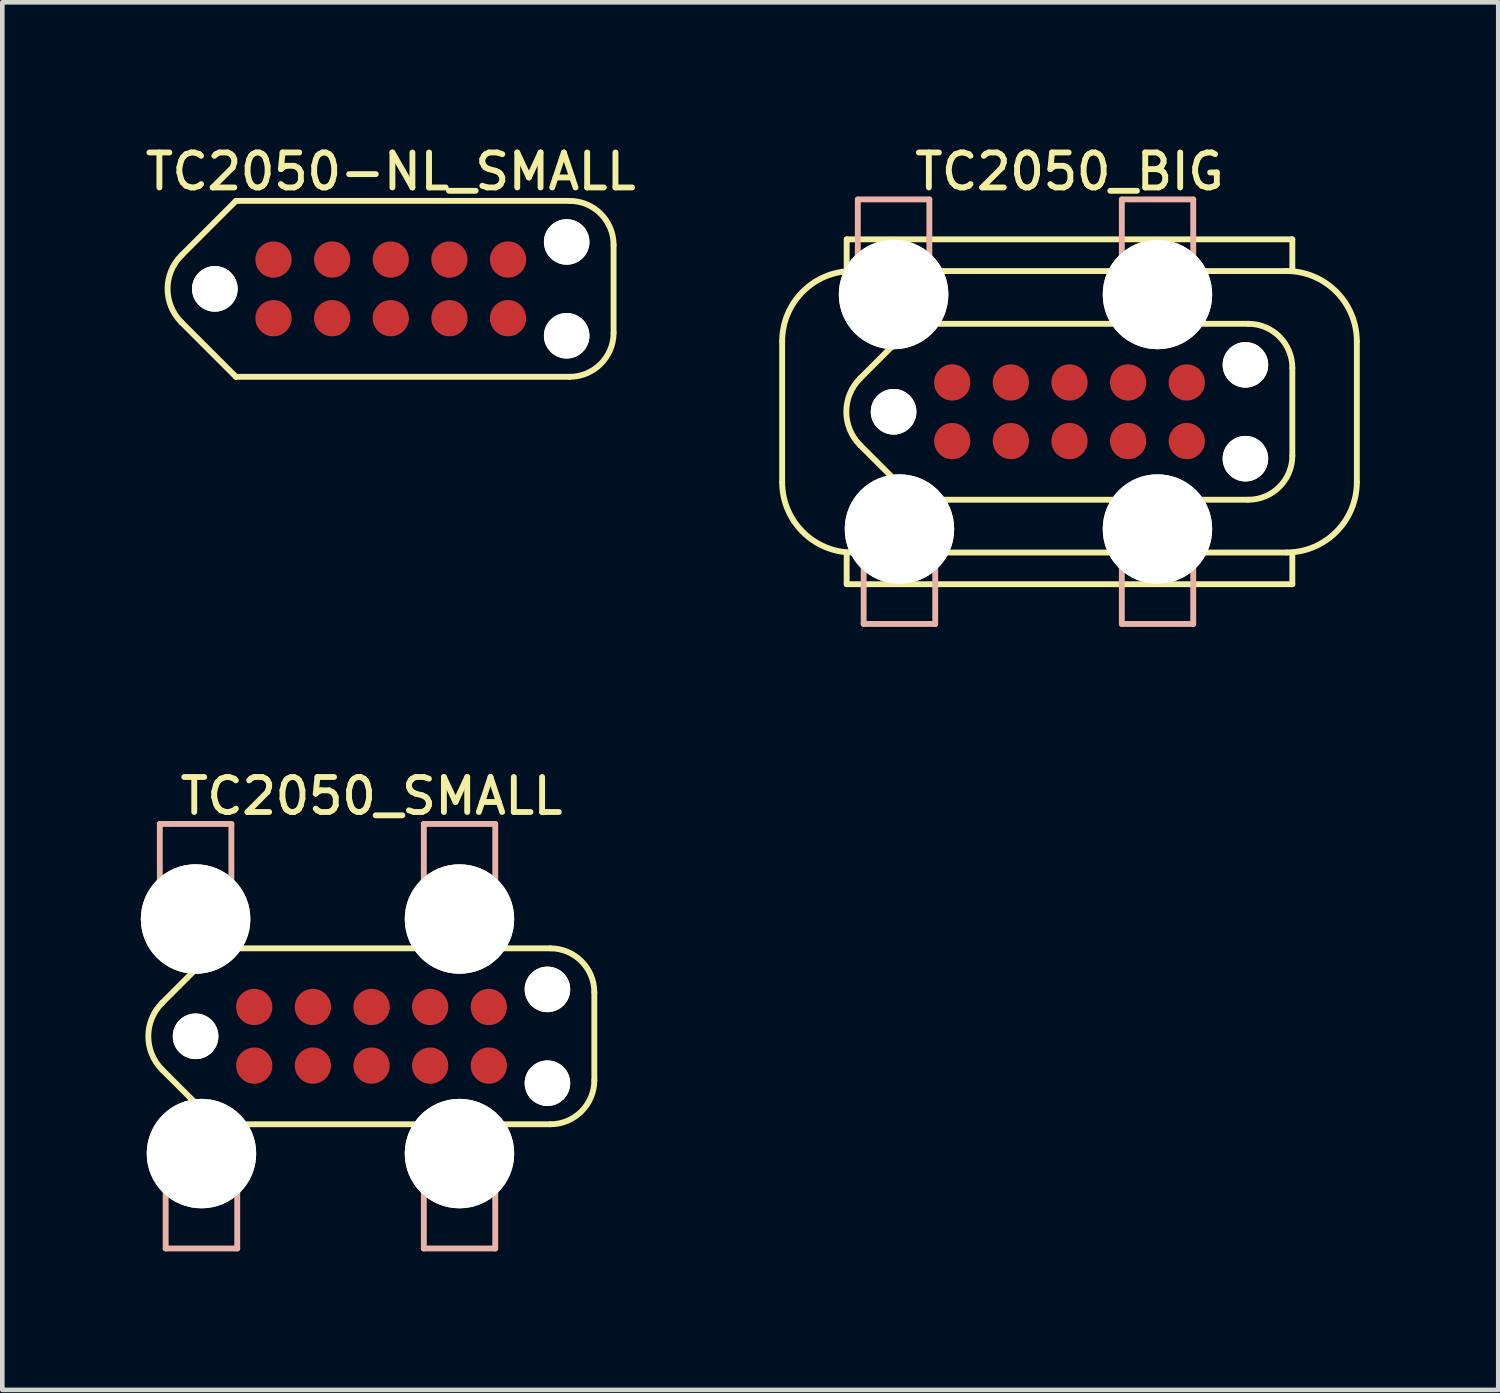
<source format=kicad_pcb>
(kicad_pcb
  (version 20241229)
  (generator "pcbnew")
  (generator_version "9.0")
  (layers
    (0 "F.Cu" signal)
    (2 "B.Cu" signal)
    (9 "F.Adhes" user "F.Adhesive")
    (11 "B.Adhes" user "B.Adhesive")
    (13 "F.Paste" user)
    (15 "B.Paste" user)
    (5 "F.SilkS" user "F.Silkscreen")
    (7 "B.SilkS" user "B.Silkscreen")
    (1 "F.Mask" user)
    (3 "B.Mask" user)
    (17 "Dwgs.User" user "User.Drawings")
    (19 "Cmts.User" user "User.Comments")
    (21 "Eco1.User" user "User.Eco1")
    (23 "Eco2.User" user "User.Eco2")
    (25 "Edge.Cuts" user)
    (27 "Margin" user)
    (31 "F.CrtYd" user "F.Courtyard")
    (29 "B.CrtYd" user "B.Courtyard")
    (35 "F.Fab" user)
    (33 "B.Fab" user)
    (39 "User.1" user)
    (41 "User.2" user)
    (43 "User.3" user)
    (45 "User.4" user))
  (footprint "TC2050-NL_SMALL"
    (layer "F.Cu")
    (at 5.413 3.206)
    (property "Reference" "TC2050-NL_SMALL" (at 0 -2.54 0) (layer "F.SilkS") (effects (font (size 0.757 0.757) (thickness 0.127))))
    (attr exclude_from_pos_files exclude_from_bom)
    (fp_line (start -4.534 -0.724) (end -3.353 -1.905) (stroke (width 0.127) (type solid)) (layer "F.SilkS"))
    (fp_line (start -4.534 0.724) (end -3.353 1.905) (stroke (width 0.127) (type solid)) (layer "F.SilkS"))
    (fp_line (start 3.873 -1.905) (end -3.353 -1.905) (stroke (width 0.127) (type solid)) (layer "F.SilkS"))
    (fp_line (start 3.873 1.905) (end -3.353 1.905) (stroke (width 0.127) (type solid)) (layer "F.SilkS"))
    (fp_line (start 4.826 -0.953) (end 4.826 0.953) (stroke (width 0.127) (type solid)) (layer "F.SilkS"))
    (fp_arc (start -4.5339 0.7239) (mid -4.833749 0) (end -4.5339 -0.7239) (stroke (width 0.127) (type solid)) (layer "F.SilkS"))
    (fp_arc (start 3.8735 -1.905) (mid 4.547019 -1.626019) (end 4.826 -0.9525) (stroke (width 0.127) (type solid)) (layer "F.SilkS"))
    (fp_arc (start 4.826 0.9525) (mid 4.547019 1.626019) (end 3.8735 1.905) (stroke (width 0.127) (type solid)) (layer "F.SilkS"))
    (pad "" np_thru_hole circle (at -3.81 0) (size 0.988 0.988) (drill 0.988) (layers "*.Cu" "*.Mask" "F.SilkS"))
    (pad "" np_thru_hole circle (at 3.81 -1.016) (size 0.986 0.986) (drill 0.986) (layers "*.Cu" "*.Mask" "F.SilkS"))
    (pad "" np_thru_hole circle (at 3.81 1.016) (size 0.986 0.986) (drill 0.986) (layers "*.Cu" "*.Mask" "F.SilkS"))
    (pad "1" connect circle (at -2.54 0.635) (size 0.785 0.785) (layers "F.Cu" "F.Mask"))
    (pad "2" connect circle (at -1.27 0.635) (size 0.785 0.785) (layers "F.Cu" "F.Mask"))
    (pad "3" connect circle (at 0 0.635) (size 0.785 0.785) (layers "F.Cu" "F.Mask"))
    (pad "4" connect circle (at 1.27 0.635) (size 0.785 0.785) (layers "F.Cu" "F.Mask"))
    (pad "5" connect circle (at 2.54 0.635) (size 0.785 0.785) (layers "F.Cu" "F.Mask"))
    (pad "6" connect circle (at 2.54 -0.635) (size 0.785 0.785) (layers "F.Cu" "F.Mask"))
    (pad "7" connect circle (at 1.27 -0.635) (size 0.785 0.785) (layers "F.Cu" "F.Mask"))
    (pad "8" connect circle (at 0 -0.635) (size 0.785 0.785) (layers "F.Cu" "F.Mask"))
    (pad "9" connect circle (at -1.27 -0.635) (size 0.785 0.785) (layers "F.Cu" "F.Mask"))
    (pad "10" connect circle (at -2.54 -0.635) (size 0.785 0.785) (layers "F.Cu" "F.Mask")))
  (footprint "TC2050_SMALL"
    (layer "F.Cu")
    (at 4.996 19.394)
    (property "Reference" "TC2050_SMALL" (at 0 -5.202 0) (layer "F.SilkS") (effects (font (size 0.757 0.757) (thickness 0.127))))
    (attr exclude_from_pos_files exclude_from_bom)
    (fp_line (start -4.534 -0.724) (end -3.353 -1.905) (stroke (width 0.127) (type solid)) (layer "F.SilkS"))
    (fp_line (start -4.534 0.724) (end -3.353 1.905) (stroke (width 0.127) (type solid)) (layer "F.SilkS"))
    (fp_line (start 3.873 -1.905) (end -3.353 -1.905) (stroke (width 0.127) (type solid)) (layer "F.SilkS"))
    (fp_line (start 3.873 1.905) (end -3.353 1.905) (stroke (width 0.127) (type solid)) (layer "F.SilkS"))
    (fp_line (start 4.826 -0.953) (end 4.826 0.953) (stroke (width 0.127) (type solid)) (layer "F.SilkS"))
    (fp_arc (start -4.5339 0.7239) (mid -4.833749 0) (end -4.5339 -0.7239) (stroke (width 0.127) (type solid)) (layer "F.SilkS"))
    (fp_arc (start 3.8735 -1.905) (mid 4.547019 -1.626019) (end 4.826 -0.9525) (stroke (width 0.127) (type solid)) (layer "F.SilkS"))
    (fp_arc (start 4.826 0.9525) (mid 4.547019 1.626019) (end 3.8735 1.905) (stroke (width 0.127) (type solid)) (layer "F.SilkS"))
    (fp_line (start -4.585 -4.6) (end -3.035 -4.6) (stroke (width 0.127) (type solid)) (layer "B.SilkS"))
    (fp_line (start -4.585 -4.595) (end -4.585 -3.378) (stroke (width 0.127) (type solid)) (layer "B.SilkS"))
    (fp_line (start -4.458 4.595) (end -4.458 3.378) (stroke (width 0.127) (type solid)) (layer "B.SilkS"))
    (fp_line (start -3.035 -4.595) (end -3.035 -3.378) (stroke (width 0.127) (type solid)) (layer "B.SilkS"))
    (fp_line (start -2.908 4.595) (end -4.458 4.595) (stroke (width 0.127) (type solid)) (layer "B.SilkS"))
    (fp_line (start -2.908 4.595) (end -2.908 3.378) (stroke (width 0.127) (type solid)) (layer "B.SilkS"))
    (fp_line (start 1.133 -4.6) (end 2.68 -4.6) (stroke (width 0.127) (type solid)) (layer "B.SilkS"))
    (fp_line (start 1.133 -4.595) (end 1.133 -3.378) (stroke (width 0.127) (type solid)) (layer "B.SilkS"))
    (fp_line (start 1.133 4.595) (end 1.133 3.378) (stroke (width 0.127) (type solid)) (layer "B.SilkS"))
    (fp_line (start 2.68 -4.595) (end 2.68 -3.378) (stroke (width 0.127) (type solid)) (layer "B.SilkS"))
    (fp_line (start 2.68 4.595) (end 1.133 4.595) (stroke (width 0.127) (type solid)) (layer "B.SilkS"))
    (fp_line (start 2.68 4.595) (end 2.68 3.378) (stroke (width 0.127) (type solid)) (layer "B.SilkS"))
    (pad "" np_thru_hole circle (at -3.81 -2.54) (size 2.372 2.372) (drill 2.372) (layers "*.Cu" "*.Mask" "F.SilkS"))
    (pad "" np_thru_hole circle (at -3.81 0) (size 0.988 0.988) (drill 0.988) (layers "*.Cu" "*.Mask" "F.SilkS"))
    (pad "" np_thru_hole circle (at -3.683 2.54) (size 2.37 2.37) (drill 2.37) (layers "*.Cu" "*.Mask" "F.SilkS"))
    (pad "" np_thru_hole circle (at 1.905 -2.54) (size 2.37 2.37) (drill 2.37) (layers "*.Cu" "*.Mask" "F.SilkS"))
    (pad "" np_thru_hole circle (at 1.905 2.54) (size 2.37 2.37) (drill 2.37) (layers "*.Cu" "*.Mask" "F.SilkS"))
    (pad "" np_thru_hole circle (at 3.81 -1.016) (size 0.986 0.986) (drill 0.986) (layers "*.Cu" "*.Mask" "F.SilkS"))
    (pad "" np_thru_hole circle (at 3.81 1.016) (size 0.986 0.986) (drill 0.986) (layers "*.Cu" "*.Mask" "F.SilkS"))
    (pad "1" connect circle (at -2.54 0.635) (size 0.785 0.785) (layers "F.Cu" "F.Mask"))
    (pad "2" connect circle (at -1.27 0.635) (size 0.785 0.785) (layers "F.Cu" "F.Mask"))
    (pad "3" connect circle (at 0 0.635) (size 0.785 0.785) (layers "F.Cu" "F.Mask"))
    (pad "4" connect circle (at 1.27 0.635) (size 0.785 0.785) (layers "F.Cu" "F.Mask"))
    (pad "5" connect circle (at 2.54 0.635) (size 0.785 0.785) (layers "F.Cu" "F.Mask"))
    (pad "6" connect circle (at 2.54 -0.635) (size 0.785 0.785) (layers "F.Cu" "F.Mask"))
    (pad "7" connect circle (at 1.27 -0.635) (size 0.785 0.785) (layers "F.Cu" "F.Mask"))
    (pad "8" connect circle (at 0 -0.635) (size 0.785 0.785) (layers "F.Cu" "F.Mask"))
    (pad "9" connect circle (at -1.27 -0.635) (size 0.785 0.785) (layers "F.Cu" "F.Mask"))
    (pad "10" connect circle (at -2.54 -0.635) (size 0.785 0.785) (layers "F.Cu" "F.Mask")))
  (footprint "TC2050_BIG"
    (layer "F.Cu")
    (at 20.113 5.868)
    (property "Reference" "TC2050_BIG" (at 0 -5.202 0) (layer "F.SilkS") (effects (font (size 0.757 0.757) (thickness 0.127))))
    (attr exclude_from_pos_files exclude_from_bom)
    (fp_line (start -6.223 1.524) (end -6.223 -1.524) (stroke (width 0.127) (type solid)) (layer "F.SilkS"))
    (fp_line (start -4.826 -3.734) (end -4.826 -3.048) (stroke (width 0.127) (type solid)) (layer "F.SilkS"))
    (fp_line (start -4.826 3.734) (end -4.826 3.048) (stroke (width 0.127) (type solid)) (layer "F.SilkS"))
    (fp_line (start -4.534 -0.724) (end -3.353 -1.905) (stroke (width 0.127) (type solid)) (layer "F.SilkS"))
    (fp_line (start -4.534 0.724) (end -3.353 1.905) (stroke (width 0.127) (type solid)) (layer "F.SilkS"))
    (fp_line (start 3.873 -1.905) (end -3.353 -1.905) (stroke (width 0.127) (type solid)) (layer "F.SilkS"))
    (fp_line (start 3.873 1.905) (end -3.353 1.905) (stroke (width 0.127) (type solid)) (layer "F.SilkS"))
    (fp_line (start 4.699 -3.048) (end -4.699 -3.048) (stroke (width 0.127) (type solid)) (layer "F.SilkS"))
    (fp_line (start 4.699 3.048) (end -4.699 3.048) (stroke (width 0.127) (type solid)) (layer "F.SilkS"))
    (fp_line (start 4.826 -3.734) (end -4.826 -3.734) (stroke (width 0.127) (type solid)) (layer "F.SilkS"))
    (fp_line (start 4.826 -3.734) (end 4.826 -3.048) (stroke (width 0.127) (type solid)) (layer "F.SilkS"))
    (fp_line (start 4.826 -0.953) (end 4.826 0.953) (stroke (width 0.127) (type solid)) (layer "F.SilkS"))
    (fp_line (start 4.826 3.734) (end -4.826 3.734) (stroke (width 0.127) (type solid)) (layer "F.SilkS"))
    (fp_line (start 4.826 3.734) (end 4.826 3.048) (stroke (width 0.127) (type solid)) (layer "F.SilkS"))
    (fp_line (start 6.223 -1.524) (end 6.223 1.524) (stroke (width 0.127) (type solid)) (layer "F.SilkS"))
    (fp_arc (start -6.223 -1.524) (mid -5.776631 -2.601631) (end -4.699 -3.048) (stroke (width 0.127) (type solid)) (layer "F.SilkS"))
    (fp_arc (start -4.699 3.048) (mid -5.776631 2.601631) (end -6.223 1.524) (stroke (width 0.127) (type solid)) (layer "F.SilkS"))
    (fp_arc (start -4.5339 0.7239) (mid -4.833749 0) (end -4.5339 -0.7239) (stroke (width 0.127) (type solid)) (layer "F.SilkS"))
    (fp_arc (start 3.8735 -1.905) (mid 4.547019 -1.626019) (end 4.826 -0.9525) (stroke (width 0.127) (type solid)) (layer "F.SilkS"))
    (fp_arc (start 4.699 -3.048) (mid 5.776631 -2.601631) (end 6.223 -1.524) (stroke (width 0.127) (type solid)) (layer "F.SilkS"))
    (fp_arc (start 4.826 0.9525) (mid 4.547019 1.626019) (end 3.8735 1.905) (stroke (width 0.127) (type solid)) (layer "F.SilkS"))
    (fp_arc (start 6.223 1.524) (mid 5.776631 2.601631) (end 4.699 3.048) (stroke (width 0.127) (type solid)) (layer "F.SilkS"))
    (fp_line (start -4.585 -4.6) (end -3.035 -4.6) (stroke (width 0.127) (type solid)) (layer "B.SilkS"))
    (fp_line (start -4.585 -4.595) (end -4.585 -3.378) (stroke (width 0.127) (type solid)) (layer "B.SilkS"))
    (fp_line (start -4.458 4.595) (end -4.458 3.378) (stroke (width 0.127) (type solid)) (layer "B.SilkS"))
    (fp_line (start -3.035 -4.595) (end -3.035 -3.378) (stroke (width 0.127) (type solid)) (layer "B.SilkS"))
    (fp_line (start -2.908 4.595) (end -4.458 4.595) (stroke (width 0.127) (type solid)) (layer "B.SilkS"))
    (fp_line (start -2.908 4.595) (end -2.908 3.378) (stroke (width 0.127) (type solid)) (layer "B.SilkS"))
    (fp_line (start 1.133 -4.6) (end 2.68 -4.6) (stroke (width 0.127) (type solid)) (layer "B.SilkS"))
    (fp_line (start 1.133 -4.595) (end 1.133 -3.378) (stroke (width 0.127) (type solid)) (layer "B.SilkS"))
    (fp_line (start 1.133 4.595) (end 1.133 3.378) (stroke (width 0.127) (type solid)) (layer "B.SilkS"))
    (fp_line (start 2.68 -4.595) (end 2.68 -3.378) (stroke (width 0.127) (type solid)) (layer "B.SilkS"))
    (fp_line (start 2.68 4.595) (end 1.133 4.595) (stroke (width 0.127) (type solid)) (layer "B.SilkS"))
    (fp_line (start 2.68 4.595) (end 2.68 3.378) (stroke (width 0.127) (type solid)) (layer "B.SilkS"))
    (pad "" np_thru_hole circle (at -3.81 -2.54) (size 2.372 2.372) (drill 2.372) (layers "*.Cu" "*.Mask" "F.SilkS"))
    (pad "" np_thru_hole circle (at -3.81 0) (size 0.988 0.988) (drill 0.988) (layers "*.Cu" "*.Mask" "F.SilkS"))
    (pad "" np_thru_hole circle (at -3.683 2.54) (size 2.37 2.37) (drill 2.37) (layers "*.Cu" "*.Mask" "F.SilkS"))
    (pad "" np_thru_hole circle (at 1.905 -2.54) (size 2.37 2.37) (drill 2.37) (layers "*.Cu" "*.Mask" "F.SilkS"))
    (pad "" np_thru_hole circle (at 1.905 2.54) (size 2.37 2.37) (drill 2.37) (layers "*.Cu" "*.Mask" "F.SilkS"))
    (pad "" np_thru_hole circle (at 3.81 -1.016) (size 0.986 0.986) (drill 0.986) (layers "*.Cu" "*.Mask" "F.SilkS"))
    (pad "" np_thru_hole circle (at 3.81 1.016) (size 0.986 0.986) (drill 0.986) (layers "*.Cu" "*.Mask" "F.SilkS"))
    (pad "1" connect circle (at -2.54 0.635) (size 0.785 0.785) (layers "F.Cu" "F.Mask"))
    (pad "2" connect circle (at -1.27 0.635) (size 0.785 0.785) (layers "F.Cu" "F.Mask"))
    (pad "3" connect circle (at 0 0.635) (size 0.785 0.785) (layers "F.Cu" "F.Mask"))
    (pad "4" connect circle (at 1.27 0.635) (size 0.785 0.785) (layers "F.Cu" "F.Mask"))
    (pad "5" connect circle (at 2.54 0.635) (size 0.785 0.785) (layers "F.Cu" "F.Mask"))
    (pad "6" connect circle (at 2.54 -0.635) (size 0.785 0.785) (layers "F.Cu" "F.Mask"))
    (pad "7" connect circle (at 1.27 -0.635) (size 0.785 0.785) (layers "F.Cu" "F.Mask"))
    (pad "8" connect circle (at 0 -0.635) (size 0.785 0.785) (layers "F.Cu" "F.Mask"))
    (pad "9" connect circle (at -1.27 -0.635) (size 0.785 0.785) (layers "F.Cu" "F.Mask"))
    (pad "10" connect circle (at -2.54 -0.635) (size 0.785 0.785) (layers "F.Cu" "F.Mask")))
  (gr_rect
    (start -3 -3)
    (end 29.399 27.052)
    (stroke (width 0.1) (type default))
    (fill no)
    (layer "Edge.Cuts")))
</source>
